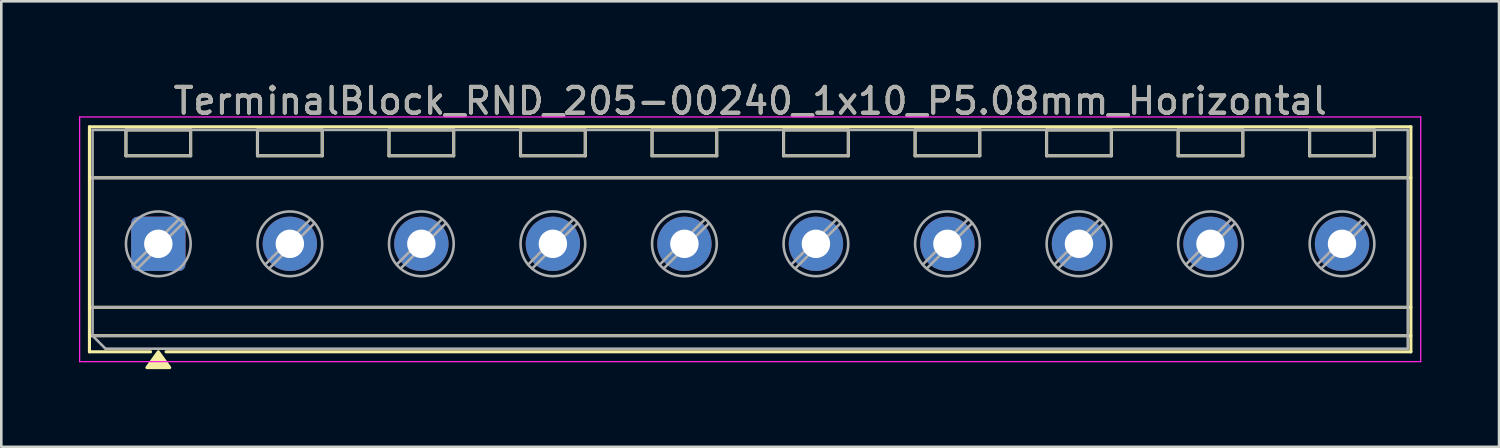
<source format=kicad_pcb>
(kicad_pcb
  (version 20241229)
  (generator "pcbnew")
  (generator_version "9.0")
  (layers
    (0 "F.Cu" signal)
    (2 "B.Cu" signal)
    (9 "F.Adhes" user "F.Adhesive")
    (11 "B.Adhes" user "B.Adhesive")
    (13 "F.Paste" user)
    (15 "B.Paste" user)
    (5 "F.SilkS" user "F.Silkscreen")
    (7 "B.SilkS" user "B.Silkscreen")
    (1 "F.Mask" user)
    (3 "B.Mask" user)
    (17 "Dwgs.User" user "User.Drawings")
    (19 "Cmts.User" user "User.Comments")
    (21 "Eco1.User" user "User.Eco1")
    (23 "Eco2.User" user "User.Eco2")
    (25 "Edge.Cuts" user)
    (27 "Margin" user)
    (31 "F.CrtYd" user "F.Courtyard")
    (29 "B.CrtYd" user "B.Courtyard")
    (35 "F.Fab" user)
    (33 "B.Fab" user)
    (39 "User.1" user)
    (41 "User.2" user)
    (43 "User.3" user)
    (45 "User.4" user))
  (footprint "TerminalBlock_RND_205-00240_1x10_P5.08mm_Horizontal"
    (layer "F.Cu")
    (at 3.065 6.368)
    (property "Reference" "TerminalBlock_RND_205-00240_1x10_P5.08mm_Horizontal" (at 22.86 -5.52 0) (layer "F.SilkS") (effects (font (size 1 1) (thickness 0.15))))
    (attr through_hole)
    (fp_line (start -2.66 -4.52) (end -2.66 4.17) (stroke (width 0.12) (type solid)) (layer "F.SilkS"))
    (fp_line (start -2.66 -4.52) (end 48.38 -4.52) (stroke (width 0.12) (type solid)) (layer "F.SilkS"))
    (fp_line (start -2.66 -2.55) (end 48.38 -2.55) (stroke (width 0.12) (type solid)) (layer "F.SilkS"))
    (fp_line (start -2.66 2.45) (end 48.38 2.45) (stroke (width 0.12) (type solid)) (layer "F.SilkS"))
    (fp_line (start -2.66 3.55) (end 48.38 3.55) (stroke (width 0.12) (type solid)) (layer "F.SilkS"))
    (fp_line (start -2.66 4.17) (end -0.3 4.17) (stroke (width 0.12) (type solid)) (layer "F.SilkS"))
    (fp_line (start -1.25 -4.4) (end -1.25 -3.4) (stroke (width 0.12) (type solid)) (layer "F.SilkS"))
    (fp_line (start -1.25 -4.4) (end 1.25 -4.4) (stroke (width 0.12) (type solid)) (layer "F.SilkS"))
    (fp_line (start -1.25 -3.4) (end 1.25 -3.4) (stroke (width 0.12) (type solid)) (layer "F.SilkS"))
    (fp_line (start 0.3 4.17) (end 48.38 4.17) (stroke (width 0.12) (type solid)) (layer "F.SilkS"))
    (fp_line (start 1.25 -4.4) (end 1.25 -3.4) (stroke (width 0.12) (type solid)) (layer "F.SilkS"))
    (fp_line (start 3.83 -4.4) (end 3.83 -3.4) (stroke (width 0.12) (type solid)) (layer "F.SilkS"))
    (fp_line (start 3.83 -4.4) (end 6.33 -4.4) (stroke (width 0.12) (type solid)) (layer "F.SilkS"))
    (fp_line (start 3.83 -3.4) (end 6.33 -3.4) (stroke (width 0.12) (type solid)) (layer "F.SilkS"))
    (fp_line (start 6.33 -4.4) (end 6.33 -3.4) (stroke (width 0.12) (type solid)) (layer "F.SilkS"))
    (fp_line (start 8.91 -4.4) (end 8.91 -3.4) (stroke (width 0.12) (type solid)) (layer "F.SilkS"))
    (fp_line (start 8.91 -4.4) (end 11.41 -4.4) (stroke (width 0.12) (type solid)) (layer "F.SilkS"))
    (fp_line (start 8.91 -3.4) (end 11.41 -3.4) (stroke (width 0.12) (type solid)) (layer "F.SilkS"))
    (fp_line (start 11.41 -4.4) (end 11.41 -3.4) (stroke (width 0.12) (type solid)) (layer "F.SilkS"))
    (fp_line (start 13.99 -4.4) (end 13.99 -3.4) (stroke (width 0.12) (type solid)) (layer "F.SilkS"))
    (fp_line (start 13.99 -4.4) (end 16.49 -4.4) (stroke (width 0.12) (type solid)) (layer "F.SilkS"))
    (fp_line (start 13.99 -3.4) (end 16.49 -3.4) (stroke (width 0.12) (type solid)) (layer "F.SilkS"))
    (fp_line (start 16.49 -4.4) (end 16.49 -3.4) (stroke (width 0.12) (type solid)) (layer "F.SilkS"))
    (fp_line (start 19.07 -4.4) (end 19.07 -3.4) (stroke (width 0.12) (type solid)) (layer "F.SilkS"))
    (fp_line (start 19.07 -4.4) (end 21.57 -4.4) (stroke (width 0.12) (type solid)) (layer "F.SilkS"))
    (fp_line (start 19.07 -3.4) (end 21.57 -3.4) (stroke (width 0.12) (type solid)) (layer "F.SilkS"))
    (fp_line (start 21.57 -4.4) (end 21.57 -3.4) (stroke (width 0.12) (type solid)) (layer "F.SilkS"))
    (fp_line (start 24.15 -4.4) (end 24.15 -3.4) (stroke (width 0.12) (type solid)) (layer "F.SilkS"))
    (fp_line (start 24.15 -4.4) (end 26.65 -4.4) (stroke (width 0.12) (type solid)) (layer "F.SilkS"))
    (fp_line (start 24.15 -3.4) (end 26.65 -3.4) (stroke (width 0.12) (type solid)) (layer "F.SilkS"))
    (fp_line (start 26.65 -4.4) (end 26.65 -3.4) (stroke (width 0.12) (type solid)) (layer "F.SilkS"))
    (fp_line (start 29.23 -4.4) (end 29.23 -3.4) (stroke (width 0.12) (type solid)) (layer "F.SilkS"))
    (fp_line (start 29.23 -4.4) (end 31.73 -4.4) (stroke (width 0.12) (type solid)) (layer "F.SilkS"))
    (fp_line (start 29.23 -3.4) (end 31.73 -3.4) (stroke (width 0.12) (type solid)) (layer "F.SilkS"))
    (fp_line (start 31.73 -4.4) (end 31.73 -3.4) (stroke (width 0.12) (type solid)) (layer "F.SilkS"))
    (fp_line (start 34.31 -4.4) (end 34.31 -3.4) (stroke (width 0.12) (type solid)) (layer "F.SilkS"))
    (fp_line (start 34.31 -4.4) (end 36.81 -4.4) (stroke (width 0.12) (type solid)) (layer "F.SilkS"))
    (fp_line (start 34.31 -3.4) (end 36.81 -3.4) (stroke (width 0.12) (type solid)) (layer "F.SilkS"))
    (fp_line (start 36.81 -4.4) (end 36.81 -3.4) (stroke (width 0.12) (type solid)) (layer "F.SilkS"))
    (fp_line (start 39.39 -4.4) (end 39.39 -3.4) (stroke (width 0.12) (type solid)) (layer "F.SilkS"))
    (fp_line (start 39.39 -4.4) (end 41.89 -4.4) (stroke (width 0.12) (type solid)) (layer "F.SilkS"))
    (fp_line (start 39.39 -3.4) (end 41.89 -3.4) (stroke (width 0.12) (type solid)) (layer "F.SilkS"))
    (fp_line (start 41.89 -4.4) (end 41.89 -3.4) (stroke (width 0.12) (type solid)) (layer "F.SilkS"))
    (fp_line (start 44.47 -4.4) (end 44.47 -3.4) (stroke (width 0.12) (type solid)) (layer "F.SilkS"))
    (fp_line (start 44.47 -4.4) (end 46.97 -4.4) (stroke (width 0.12) (type solid)) (layer "F.SilkS"))
    (fp_line (start 44.47 -3.4) (end 46.97 -3.4) (stroke (width 0.12) (type solid)) (layer "F.SilkS"))
    (fp_line (start 46.97 -4.4) (end 46.97 -3.4) (stroke (width 0.12) (type solid)) (layer "F.SilkS"))
    (fp_line (start 48.38 -4.52) (end 48.38 4.17) (stroke (width 0.12) (type solid)) (layer "F.SilkS"))
    (fp_poly (pts (xy 0 4.17) (xy 0.44 4.78) (xy -0.44 4.78)) (stroke (width 0.12) (type solid)) (fill yes) (layer "F.SilkS"))
    (fp_line (start -3.04 -4.9) (end -3.04 4.55) (stroke (width 0.05) (type solid)) (layer "F.CrtYd"))
    (fp_line (start -3.04 4.55) (end 48.76 4.55) (stroke (width 0.05) (type solid)) (layer "F.CrtYd"))
    (fp_line (start 48.76 -4.9) (end -3.04 -4.9) (stroke (width 0.05) (type solid)) (layer "F.CrtYd"))
    (fp_line (start 48.76 4.55) (end 48.76 -4.9) (stroke (width 0.05) (type solid)) (layer "F.CrtYd"))
    (fp_line (start -2.54 -4.4) (end 48.26 -4.4) (stroke (width 0.1) (type solid)) (layer "F.Fab"))
    (fp_line (start -2.54 -2.55) (end 48.26 -2.55) (stroke (width 0.1) (type solid)) (layer "F.Fab"))
    (fp_line (start -2.54 2.45) (end 48.26 2.45) (stroke (width 0.1) (type solid)) (layer "F.Fab"))
    (fp_line (start -2.54 3.55) (end -2.54 -4.4) (stroke (width 0.1) (type solid)) (layer "F.Fab"))
    (fp_line (start -2.54 3.55) (end 48.26 3.55) (stroke (width 0.1) (type solid)) (layer "F.Fab"))
    (fp_line (start -2.04 4.05) (end -2.54 3.55) (stroke (width 0.1) (type solid)) (layer "F.Fab"))
    (fp_line (start -1.25 -4.4) (end -1.25 -3.4) (stroke (width 0.1) (type solid)) (layer "F.Fab"))
    (fp_line (start -1.25 -3.4) (end 1.25 -3.4) (stroke (width 0.1) (type solid)) (layer "F.Fab"))
    (fp_line (start 0.795 -0.948) (end -0.948 0.795) (stroke (width 0.1) (type solid)) (layer "F.Fab"))
    (fp_line (start 0.948 -0.795) (end -0.795 0.948) (stroke (width 0.1) (type solid)) (layer "F.Fab"))
    (fp_line (start 1.25 -4.4) (end -1.25 -4.4) (stroke (width 0.1) (type solid)) (layer "F.Fab"))
    (fp_line (start 1.25 -3.4) (end 1.25 -4.4) (stroke (width 0.1) (type solid)) (layer "F.Fab"))
    (fp_line (start 3.83 -4.4) (end 3.83 -3.4) (stroke (width 0.1) (type solid)) (layer "F.Fab"))
    (fp_line (start 3.83 -3.4) (end 6.33 -3.4) (stroke (width 0.1) (type solid)) (layer "F.Fab"))
    (fp_line (start 5.875 -0.948) (end 4.132 0.795) (stroke (width 0.1) (type solid)) (layer "F.Fab"))
    (fp_line (start 6.028 -0.795) (end 4.285 0.948) (stroke (width 0.1) (type solid)) (layer "F.Fab"))
    (fp_line (start 6.33 -4.4) (end 3.83 -4.4) (stroke (width 0.1) (type solid)) (layer "F.Fab"))
    (fp_line (start 6.33 -3.4) (end 6.33 -4.4) (stroke (width 0.1) (type solid)) (layer "F.Fab"))
    (fp_line (start 8.91 -4.4) (end 8.91 -3.4) (stroke (width 0.1) (type solid)) (layer "F.Fab"))
    (fp_line (start 8.91 -3.4) (end 11.41 -3.4) (stroke (width 0.1) (type solid)) (layer "F.Fab"))
    (fp_line (start 10.955 -0.948) (end 9.212 0.795) (stroke (width 0.1) (type solid)) (layer "F.Fab"))
    (fp_line (start 11.108 -0.795) (end 9.365 0.948) (stroke (width 0.1) (type solid)) (layer "F.Fab"))
    (fp_line (start 11.41 -4.4) (end 8.91 -4.4) (stroke (width 0.1) (type solid)) (layer "F.Fab"))
    (fp_line (start 11.41 -3.4) (end 11.41 -4.4) (stroke (width 0.1) (type solid)) (layer "F.Fab"))
    (fp_line (start 13.99 -4.4) (end 13.99 -3.4) (stroke (width 0.1) (type solid)) (layer "F.Fab"))
    (fp_line (start 13.99 -3.4) (end 16.49 -3.4) (stroke (width 0.1) (type solid)) (layer "F.Fab"))
    (fp_line (start 16.035 -0.948) (end 14.292 0.795) (stroke (width 0.1) (type solid)) (layer "F.Fab"))
    (fp_line (start 16.188 -0.795) (end 14.445 0.948) (stroke (width 0.1) (type solid)) (layer "F.Fab"))
    (fp_line (start 16.49 -4.4) (end 13.99 -4.4) (stroke (width 0.1) (type solid)) (layer "F.Fab"))
    (fp_line (start 16.49 -3.4) (end 16.49 -4.4) (stroke (width 0.1) (type solid)) (layer "F.Fab"))
    (fp_line (start 19.07 -4.4) (end 19.07 -3.4) (stroke (width 0.1) (type solid)) (layer "F.Fab"))
    (fp_line (start 19.07 -3.4) (end 21.57 -3.4) (stroke (width 0.1) (type solid)) (layer "F.Fab"))
    (fp_line (start 21.115 -0.948) (end 19.372 0.795) (stroke (width 0.1) (type solid)) (layer "F.Fab"))
    (fp_line (start 21.268 -0.795) (end 19.525 0.948) (stroke (width 0.1) (type solid)) (layer "F.Fab"))
    (fp_line (start 21.57 -4.4) (end 19.07 -4.4) (stroke (width 0.1) (type solid)) (layer "F.Fab"))
    (fp_line (start 21.57 -3.4) (end 21.57 -4.4) (stroke (width 0.1) (type solid)) (layer "F.Fab"))
    (fp_line (start 24.15 -4.4) (end 24.15 -3.4) (stroke (width 0.1) (type solid)) (layer "F.Fab"))
    (fp_line (start 24.15 -3.4) (end 26.65 -3.4) (stroke (width 0.1) (type solid)) (layer "F.Fab"))
    (fp_line (start 26.195 -0.948) (end 24.452 0.795) (stroke (width 0.1) (type solid)) (layer "F.Fab"))
    (fp_line (start 26.348 -0.795) (end 24.605 0.948) (stroke (width 0.1) (type solid)) (layer "F.Fab"))
    (fp_line (start 26.65 -4.4) (end 24.15 -4.4) (stroke (width 0.1) (type solid)) (layer "F.Fab"))
    (fp_line (start 26.65 -3.4) (end 26.65 -4.4) (stroke (width 0.1) (type solid)) (layer "F.Fab"))
    (fp_line (start 29.23 -4.4) (end 29.23 -3.4) (stroke (width 0.1) (type solid)) (layer "F.Fab"))
    (fp_line (start 29.23 -3.4) (end 31.73 -3.4) (stroke (width 0.1) (type solid)) (layer "F.Fab"))
    (fp_line (start 31.275 -0.948) (end 29.532 0.795) (stroke (width 0.1) (type solid)) (layer "F.Fab"))
    (fp_line (start 31.428 -0.795) (end 29.685 0.948) (stroke (width 0.1) (type solid)) (layer "F.Fab"))
    (fp_line (start 31.73 -4.4) (end 29.23 -4.4) (stroke (width 0.1) (type solid)) (layer "F.Fab"))
    (fp_line (start 31.73 -3.4) (end 31.73 -4.4) (stroke (width 0.1) (type solid)) (layer "F.Fab"))
    (fp_line (start 34.31 -4.4) (end 34.31 -3.4) (stroke (width 0.1) (type solid)) (layer "F.Fab"))
    (fp_line (start 34.31 -3.4) (end 36.81 -3.4) (stroke (width 0.1) (type solid)) (layer "F.Fab"))
    (fp_line (start 36.355 -0.948) (end 34.612 0.795) (stroke (width 0.1) (type solid)) (layer "F.Fab"))
    (fp_line (start 36.508 -0.795) (end 34.765 0.948) (stroke (width 0.1) (type solid)) (layer "F.Fab"))
    (fp_line (start 36.81 -4.4) (end 34.31 -4.4) (stroke (width 0.1) (type solid)) (layer "F.Fab"))
    (fp_line (start 36.81 -3.4) (end 36.81 -4.4) (stroke (width 0.1) (type solid)) (layer "F.Fab"))
    (fp_line (start 39.39 -4.4) (end 39.39 -3.4) (stroke (width 0.1) (type solid)) (layer "F.Fab"))
    (fp_line (start 39.39 -3.4) (end 41.89 -3.4) (stroke (width 0.1) (type solid)) (layer "F.Fab"))
    (fp_line (start 41.435 -0.948) (end 39.692 0.795) (stroke (width 0.1) (type solid)) (layer "F.Fab"))
    (fp_line (start 41.588 -0.795) (end 39.845 0.948) (stroke (width 0.1) (type solid)) (layer "F.Fab"))
    (fp_line (start 41.89 -4.4) (end 39.39 -4.4) (stroke (width 0.1) (type solid)) (layer "F.Fab"))
    (fp_line (start 41.89 -3.4) (end 41.89 -4.4) (stroke (width 0.1) (type solid)) (layer "F.Fab"))
    (fp_line (start 44.47 -4.4) (end 44.47 -3.4) (stroke (width 0.1) (type solid)) (layer "F.Fab"))
    (fp_line (start 44.47 -3.4) (end 46.97 -3.4) (stroke (width 0.1) (type solid)) (layer "F.Fab"))
    (fp_line (start 46.515 -0.948) (end 44.772 0.795) (stroke (width 0.1) (type solid)) (layer "F.Fab"))
    (fp_line (start 46.668 -0.795) (end 44.925 0.948) (stroke (width 0.1) (type solid)) (layer "F.Fab"))
    (fp_line (start 46.97 -4.4) (end 44.47 -4.4) (stroke (width 0.1) (type solid)) (layer "F.Fab"))
    (fp_line (start 46.97 -3.4) (end 46.97 -4.4) (stroke (width 0.1) (type solid)) (layer "F.Fab"))
    (fp_line (start 48.26 -4.4) (end 48.26 4.05) (stroke (width 0.1) (type solid)) (layer "F.Fab"))
    (fp_line (start 48.26 4.05) (end -2.04 4.05) (stroke (width 0.1) (type solid)) (layer "F.Fab"))
    (fp_circle (center 0 0) (end 1.25 0) (stroke (width 0.1) (type solid)) (fill no) (layer "F.Fab"))
    (fp_circle (center 5.08 0) (end 6.33 0) (stroke (width 0.1) (type solid)) (fill no) (layer "F.Fab"))
    (fp_circle (center 10.16 0) (end 11.41 0) (stroke (width 0.1) (type solid)) (fill no) (layer "F.Fab"))
    (fp_circle (center 15.24 0) (end 16.49 0) (stroke (width 0.1) (type solid)) (fill no) (layer "F.Fab"))
    (fp_circle (center 20.32 0) (end 21.57 0) (stroke (width 0.1) (type solid)) (fill no) (layer "F.Fab"))
    (fp_circle (center 25.4 0) (end 26.65 0) (stroke (width 0.1) (type solid)) (fill no) (layer "F.Fab"))
    (fp_circle (center 30.48 0) (end 31.73 0) (stroke (width 0.1) (type solid)) (fill no) (layer "F.Fab"))
    (fp_circle (center 35.56 0) (end 36.81 0) (stroke (width 0.1) (type solid)) (fill no) (layer "F.Fab"))
    (fp_circle (center 40.64 0) (end 41.89 0) (stroke (width 0.1) (type solid)) (fill no) (layer "F.Fab"))
    (fp_circle (center 45.72 0) (end 46.97 0) (stroke (width 0.1) (type solid)) (fill no) (layer "F.Fab"))
    (fp_text user "${REFERENCE}" (at 22.86 -5.52 0) (layer "F.Fab") (effects (font (size 1 1) (thickness 0.15))))
    (pad "1" thru_hole roundrect (at 0 0) (size 2.1 2.1) (drill 1.1) (layers "*.Cu" "*.Mask") (roundrect_rratio 0.119))
    (pad "2" thru_hole circle (at 5.08 0) (size 2.1 2.1) (drill 1.1) (layers "*.Cu" "*.Mask"))
    (pad "3" thru_hole circle (at 10.16 0) (size 2.1 2.1) (drill 1.1) (layers "*.Cu" "*.Mask"))
    (pad "4" thru_hole circle (at 15.24 0) (size 2.1 2.1) (drill 1.1) (layers "*.Cu" "*.Mask"))
    (pad "5" thru_hole circle (at 20.32 0) (size 2.1 2.1) (drill 1.1) (layers "*.Cu" "*.Mask"))
    (pad "6" thru_hole circle (at 25.4 0) (size 2.1 2.1) (drill 1.1) (layers "*.Cu" "*.Mask"))
    (pad "7" thru_hole circle (at 30.48 0) (size 2.1 2.1) (drill 1.1) (layers "*.Cu" "*.Mask"))
    (pad "8" thru_hole circle (at 35.56 0) (size 2.1 2.1) (drill 1.1) (layers "*.Cu" "*.Mask"))
    (pad "9" thru_hole circle (at 40.64 0) (size 2.1 2.1) (drill 1.1) (layers "*.Cu" "*.Mask"))
    (pad "10" thru_hole circle (at 45.72 0) (size 2.1 2.1) (drill 1.1) (layers "*.Cu" "*.Mask")))
  (gr_rect
    (start -3 -3)
    (end 54.85 14.208)
    (stroke (width 0.1) (type default))
    (fill no)
    (layer "Edge.Cuts")))
</source>
